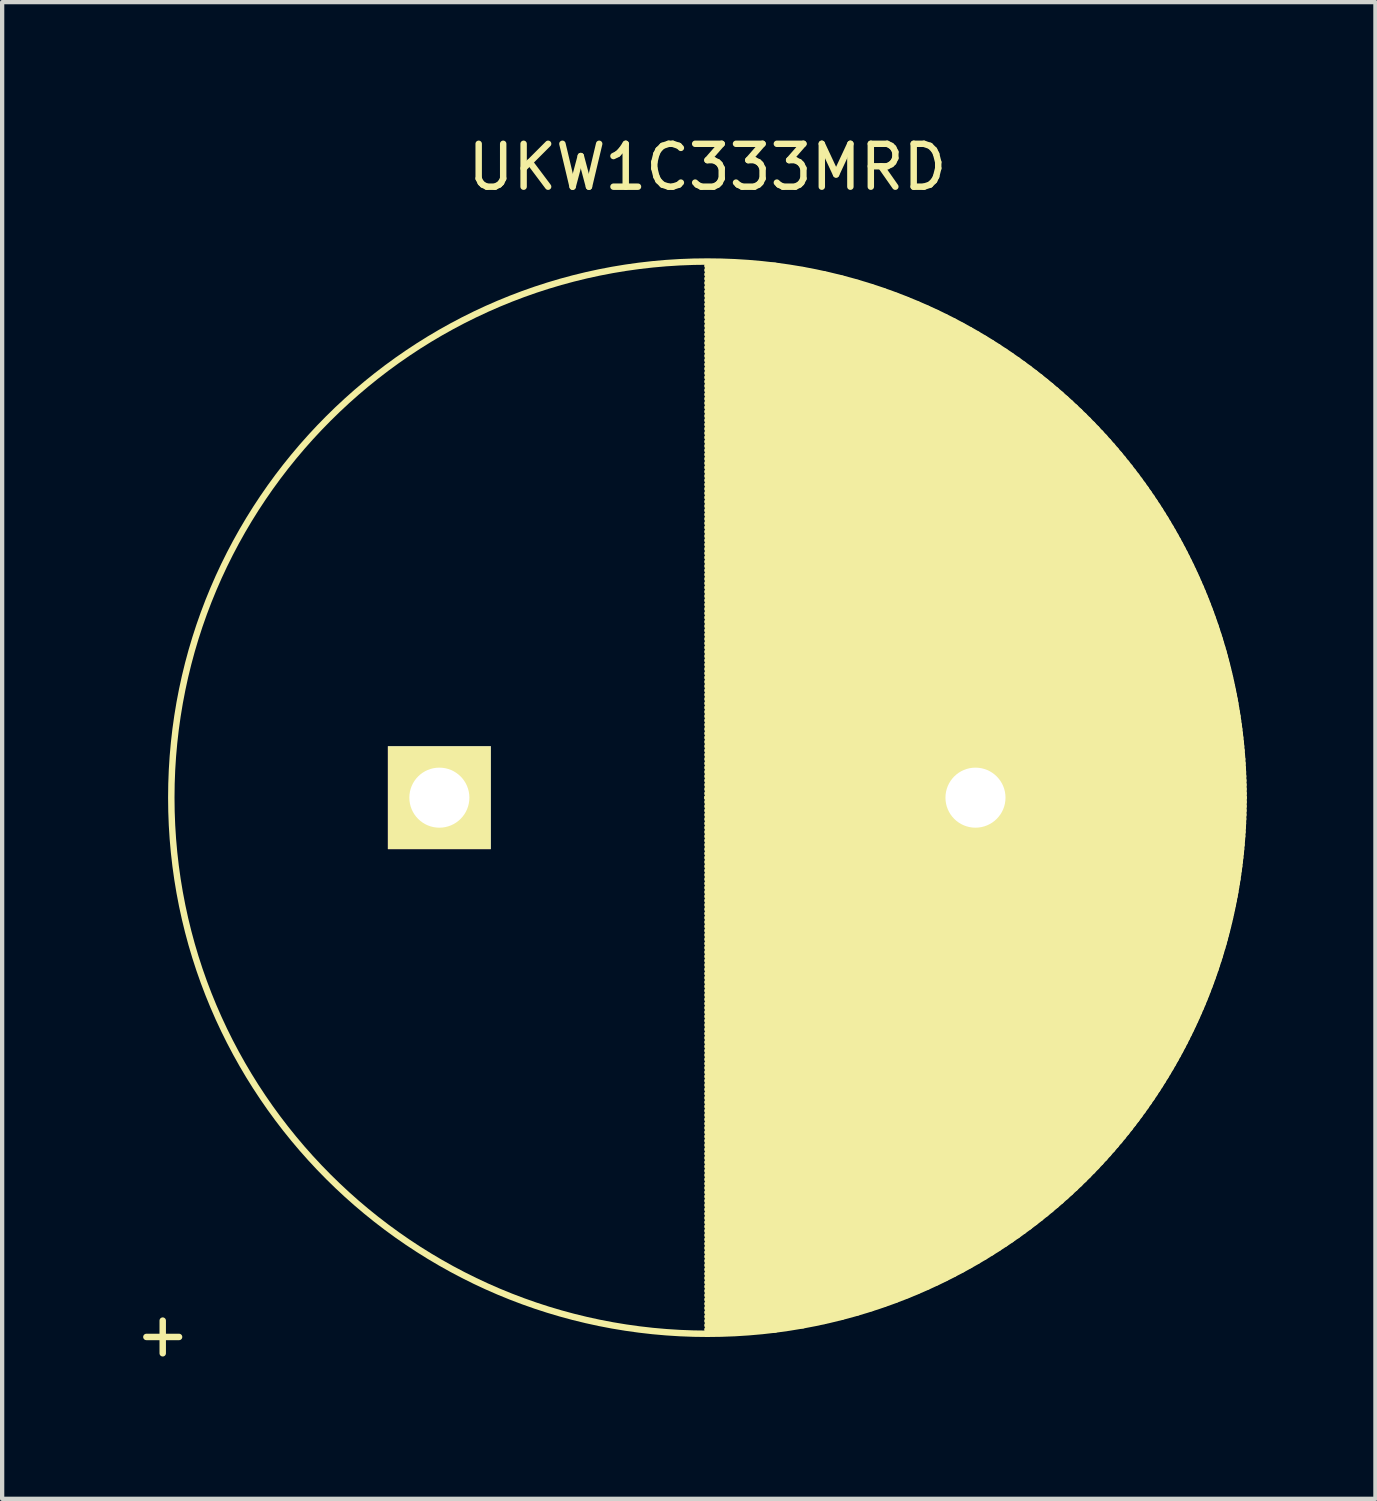
<source format=kicad_pcb>
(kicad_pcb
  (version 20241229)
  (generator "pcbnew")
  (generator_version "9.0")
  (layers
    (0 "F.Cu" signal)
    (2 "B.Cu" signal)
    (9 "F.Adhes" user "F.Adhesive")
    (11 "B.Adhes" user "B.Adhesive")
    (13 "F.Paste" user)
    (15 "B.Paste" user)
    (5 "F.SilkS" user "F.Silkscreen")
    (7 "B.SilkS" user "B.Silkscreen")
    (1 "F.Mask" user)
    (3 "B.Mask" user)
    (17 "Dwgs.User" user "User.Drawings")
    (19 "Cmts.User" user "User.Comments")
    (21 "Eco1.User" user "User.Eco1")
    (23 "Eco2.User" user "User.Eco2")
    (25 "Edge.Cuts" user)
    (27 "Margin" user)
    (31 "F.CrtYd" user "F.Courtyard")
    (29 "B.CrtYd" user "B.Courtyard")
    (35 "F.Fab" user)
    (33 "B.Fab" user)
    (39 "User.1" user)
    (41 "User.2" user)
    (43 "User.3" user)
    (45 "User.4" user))
  (footprint "UKW1C333MRD"
    (layer "F.Cu")
    (at 7.194 15.548)
    (property "Reference" "UKW1C333MRD" (at 6.25 -14.7 0) (layer "F.SilkS") (effects (font (size 1 1) (thickness 0.15))))
    (attr through_hole)
    (fp_line (start 6.25 -12.4) (end 7.828 -12.4) (stroke (width 0.15) (type solid)) (layer "F.SilkS"))
    (fp_line (start 6.25 -12.3) (end 8.477 -12.3) (stroke (width 0.15) (type solid)) (layer "F.SilkS"))
    (fp_line (start 6.25 -12.2) (end 8.972 -12.2) (stroke (width 0.15) (type solid)) (layer "F.SilkS"))
    (fp_line (start 6.25 -12.1) (end 9.387 -12.1) (stroke (width 0.15) (type solid)) (layer "F.SilkS"))
    (fp_line (start 6.25 -12) (end 9.75 -12) (stroke (width 0.15) (type solid)) (layer "F.SilkS"))
    (fp_line (start 6.25 -11.9) (end 10.076 -11.9) (stroke (width 0.15) (type solid)) (layer "F.SilkS"))
    (fp_line (start 6.25 -11.8) (end 10.374 -11.8) (stroke (width 0.15) (type solid)) (layer "F.SilkS"))
    (fp_line (start 6.25 -11.7) (end 10.65 -11.7) (stroke (width 0.15) (type solid)) (layer "F.SilkS"))
    (fp_line (start 6.25 -11.6) (end 10.907 -11.6) (stroke (width 0.15) (type solid)) (layer "F.SilkS"))
    (fp_line (start 6.25 -11.5) (end 11.149 -11.5) (stroke (width 0.15) (type solid)) (layer "F.SilkS"))
    (fp_line (start 6.25 -11.4) (end 11.377 -11.4) (stroke (width 0.15) (type solid)) (layer "F.SilkS"))
    (fp_line (start 6.25 -11.3) (end 11.594 -11.3) (stroke (width 0.15) (type solid)) (layer "F.SilkS"))
    (fp_line (start 6.25 -11.2) (end 11.801 -11.2) (stroke (width 0.15) (type solid)) (layer "F.SilkS"))
    (fp_line (start 6.25 -11.1) (end 11.998 -11.1) (stroke (width 0.15) (type solid)) (layer "F.SilkS"))
    (fp_line (start 6.25 -11) (end 12.187 -11) (stroke (width 0.15) (type solid)) (layer "F.SilkS"))
    (fp_line (start 6.25 -10.9) (end 12.369 -10.9) (stroke (width 0.15) (type solid)) (layer "F.SilkS"))
    (fp_line (start 6.25 -10.8) (end 12.544 -10.8) (stroke (width 0.15) (type solid)) (layer "F.SilkS"))
    (fp_line (start 6.25 -10.7) (end 12.712 -10.7) (stroke (width 0.15) (type solid)) (layer "F.SilkS"))
    (fp_line (start 6.25 -10.6) (end 12.875 -10.6) (stroke (width 0.15) (type solid)) (layer "F.SilkS"))
    (fp_line (start 6.25 -10.5) (end 13.032 -10.5) (stroke (width 0.15) (type solid)) (layer "F.SilkS"))
    (fp_line (start 6.25 -10.4) (end 13.185 -10.4) (stroke (width 0.15) (type solid)) (layer "F.SilkS"))
    (fp_line (start 6.25 -10.3) (end 13.332 -10.3) (stroke (width 0.15) (type solid)) (layer "F.SilkS"))
    (fp_line (start 6.25 -10.2) (end 13.476 -10.2) (stroke (width 0.15) (type solid)) (layer "F.SilkS"))
    (fp_line (start 6.25 -10.1) (end 13.615 -10.1) (stroke (width 0.15) (type solid)) (layer "F.SilkS"))
    (fp_line (start 6.25 -10) (end 13.75 -10) (stroke (width 0.15) (type solid)) (layer "F.SilkS"))
    (fp_line (start 6.25 -9.9) (end 13.882 -9.9) (stroke (width 0.15) (type solid)) (layer "F.SilkS"))
    (fp_line (start 6.25 -9.8) (end 14.01 -9.8) (stroke (width 0.15) (type solid)) (layer "F.SilkS"))
    (fp_line (start 6.25 -9.7) (end 14.134 -9.7) (stroke (width 0.15) (type solid)) (layer "F.SilkS"))
    (fp_line (start 6.25 -9.6) (end 14.256 -9.6) (stroke (width 0.15) (type solid)) (layer "F.SilkS"))
    (fp_line (start 6.25 -9.5) (end 14.374 -9.5) (stroke (width 0.15) (type solid)) (layer "F.SilkS"))
    (fp_line (start 6.25 -9.4) (end 14.49 -9.4) (stroke (width 0.15) (type solid)) (layer "F.SilkS"))
    (fp_line (start 6.25 -9.3) (end 14.602 -9.3) (stroke (width 0.15) (type solid)) (layer "F.SilkS"))
    (fp_line (start 6.25 -9.2) (end 14.712 -9.2) (stroke (width 0.15) (type solid)) (layer "F.SilkS"))
    (fp_line (start 6.25 -9.1) (end 14.82 -9.1) (stroke (width 0.15) (type solid)) (layer "F.SilkS"))
    (fp_line (start 6.25 -9) (end 14.925 -9) (stroke (width 0.15) (type solid)) (layer "F.SilkS"))
    (fp_line (start 6.25 -8.9) (end 15.027 -8.9) (stroke (width 0.15) (type solid)) (layer "F.SilkS"))
    (fp_line (start 6.25 -8.8) (end 15.127 -8.8) (stroke (width 0.15) (type solid)) (layer "F.SilkS"))
    (fp_line (start 6.25 -8.7) (end 15.226 -8.7) (stroke (width 0.15) (type solid)) (layer "F.SilkS"))
    (fp_line (start 6.25 -8.6) (end 15.321 -8.6) (stroke (width 0.15) (type solid)) (layer "F.SilkS"))
    (fp_line (start 6.25 -8.5) (end 15.415 -8.5) (stroke (width 0.15) (type solid)) (layer "F.SilkS"))
    (fp_line (start 6.25 -8.4) (end 15.507 -8.4) (stroke (width 0.15) (type solid)) (layer "F.SilkS"))
    (fp_line (start 6.25 -8.3) (end 15.597 -8.3) (stroke (width 0.15) (type solid)) (layer "F.SilkS"))
    (fp_line (start 6.25 -8.2) (end 15.685 -8.2) (stroke (width 0.15) (type solid)) (layer "F.SilkS"))
    (fp_line (start 6.25 -8.1) (end 15.771 -8.1) (stroke (width 0.15) (type solid)) (layer "F.SilkS"))
    (fp_line (start 6.25 -8) (end 15.855 -8) (stroke (width 0.15) (type solid)) (layer "F.SilkS"))
    (fp_line (start 6.25 -7.9) (end 15.937 -7.9) (stroke (width 0.15) (type solid)) (layer "F.SilkS"))
    (fp_line (start 6.25 -7.8) (end 16.018 -7.8) (stroke (width 0.15) (type solid)) (layer "F.SilkS"))
    (fp_line (start 6.25 -7.7) (end 16.097 -7.7) (stroke (width 0.15) (type solid)) (layer "F.SilkS"))
    (fp_line (start 6.25 -7.6) (end 16.174 -7.6) (stroke (width 0.15) (type solid)) (layer "F.SilkS"))
    (fp_line (start 6.25 -7.5) (end 16.25 -7.5) (stroke (width 0.15) (type solid)) (layer "F.SilkS"))
    (fp_line (start 6.25 -7.4) (end 16.324 -7.4) (stroke (width 0.15) (type solid)) (layer "F.SilkS"))
    (fp_line (start 6.25 -7.3) (end 16.397 -7.3) (stroke (width 0.15) (type solid)) (layer "F.SilkS"))
    (fp_line (start 6.25 -7.2) (end 16.468 -7.2) (stroke (width 0.15) (type solid)) (layer "F.SilkS"))
    (fp_line (start 6.25 -7.1) (end 16.538 -7.1) (stroke (width 0.15) (type solid)) (layer "F.SilkS"))
    (fp_line (start 6.25 -7) (end 16.606 -7) (stroke (width 0.15) (type solid)) (layer "F.SilkS"))
    (fp_line (start 6.25 -6.9) (end 16.673 -6.9) (stroke (width 0.15) (type solid)) (layer "F.SilkS"))
    (fp_line (start 6.25 -6.8) (end 16.739 -6.8) (stroke (width 0.15) (type solid)) (layer "F.SilkS"))
    (fp_line (start 6.25 -6.7) (end 16.803 -6.7) (stroke (width 0.15) (type solid)) (layer "F.SilkS"))
    (fp_line (start 6.25 -6.6) (end 16.866 -6.6) (stroke (width 0.15) (type solid)) (layer "F.SilkS"))
    (fp_line (start 6.25 -6.5) (end 16.927 -6.5) (stroke (width 0.15) (type solid)) (layer "F.SilkS"))
    (fp_line (start 6.25 -6.4) (end 16.987 -6.4) (stroke (width 0.15) (type solid)) (layer "F.SilkS"))
    (fp_line (start 6.25 -6.3) (end 17.046 -6.3) (stroke (width 0.15) (type solid)) (layer "F.SilkS"))
    (fp_line (start 6.25 -6.2) (end 17.104 -6.2) (stroke (width 0.15) (type solid)) (layer "F.SilkS"))
    (fp_line (start 6.25 -6.1) (end 17.161 -6.1) (stroke (width 0.15) (type solid)) (layer "F.SilkS"))
    (fp_line (start 6.25 -6) (end 17.216 -6) (stroke (width 0.15) (type solid)) (layer "F.SilkS"))
    (fp_line (start 6.25 -5.9) (end 17.27 -5.9) (stroke (width 0.15) (type solid)) (layer "F.SilkS"))
    (fp_line (start 6.25 -5.8) (end 17.323 -5.8) (stroke (width 0.15) (type solid)) (layer "F.SilkS"))
    (fp_line (start 6.25 -5.7) (end 17.375 -5.7) (stroke (width 0.15) (type solid)) (layer "F.SilkS"))
    (fp_line (start 6.25 -5.6) (end 17.425 -5.6) (stroke (width 0.15) (type solid)) (layer "F.SilkS"))
    (fp_line (start 6.25 -5.5) (end 17.475 -5.5) (stroke (width 0.15) (type solid)) (layer "F.SilkS"))
    (fp_line (start 6.25 -5.4) (end 17.523 -5.4) (stroke (width 0.15) (type solid)) (layer "F.SilkS"))
    (fp_line (start 6.25 -5.3) (end 17.571 -5.3) (stroke (width 0.15) (type solid)) (layer "F.SilkS"))
    (fp_line (start 6.25 -5.2) (end 17.617 -5.2) (stroke (width 0.15) (type solid)) (layer "F.SilkS"))
    (fp_line (start 6.25 -5.1) (end 17.662 -5.1) (stroke (width 0.15) (type solid)) (layer "F.SilkS"))
    (fp_line (start 6.25 -5) (end 17.706 -5) (stroke (width 0.15) (type solid)) (layer "F.SilkS"))
    (fp_line (start 6.25 -4.9) (end 17.75 -4.9) (stroke (width 0.15) (type solid)) (layer "F.SilkS"))
    (fp_line (start 6.25 -4.8) (end 17.792 -4.8) (stroke (width 0.15) (type solid)) (layer "F.SilkS"))
    (fp_line (start 6.25 -4.7) (end 17.833 -4.7) (stroke (width 0.15) (type solid)) (layer "F.SilkS"))
    (fp_line (start 6.25 -4.6) (end 17.873 -4.6) (stroke (width 0.15) (type solid)) (layer "F.SilkS"))
    (fp_line (start 6.25 -4.5) (end 17.912 -4.5) (stroke (width 0.15) (type solid)) (layer "F.SilkS"))
    (fp_line (start 6.25 -4.4) (end 17.95 -4.4) (stroke (width 0.15) (type solid)) (layer "F.SilkS"))
    (fp_line (start 6.25 -4.3) (end 17.987 -4.3) (stroke (width 0.15) (type solid)) (layer "F.SilkS"))
    (fp_line (start 6.25 -4.2) (end 18.023 -4.2) (stroke (width 0.15) (type solid)) (layer "F.SilkS"))
    (fp_line (start 6.25 -4.1) (end 18.058 -4.1) (stroke (width 0.15) (type solid)) (layer "F.SilkS"))
    (fp_line (start 6.25 -4) (end 18.093 -4) (stroke (width 0.15) (type solid)) (layer "F.SilkS"))
    (fp_line (start 6.25 -3.9) (end 18.126 -3.9) (stroke (width 0.15) (type solid)) (layer "F.SilkS"))
    (fp_line (start 6.25 -3.8) (end 18.158 -3.8) (stroke (width 0.15) (type solid)) (layer "F.SilkS"))
    (fp_line (start 6.25 -3.7) (end 18.19 -3.7) (stroke (width 0.15) (type solid)) (layer "F.SilkS"))
    (fp_line (start 6.25 -3.6) (end 18.22 -3.6) (stroke (width 0.15) (type solid)) (layer "F.SilkS"))
    (fp_line (start 6.25 -3.5) (end 18.25 -3.5) (stroke (width 0.15) (type solid)) (layer "F.SilkS"))
    (fp_line (start 6.25 -3.4) (end 18.279 -3.4) (stroke (width 0.15) (type solid)) (layer "F.SilkS"))
    (fp_line (start 6.25 -3.3) (end 18.307 -3.3) (stroke (width 0.15) (type solid)) (layer "F.SilkS"))
    (fp_line (start 6.25 -3.2) (end 18.333 -3.2) (stroke (width 0.15) (type solid)) (layer "F.SilkS"))
    (fp_line (start 6.25 -3.1) (end 18.36 -3.1) (stroke (width 0.15) (type solid)) (layer "F.SilkS"))
    (fp_line (start 6.25 -3) (end 18.385 -3) (stroke (width 0.15) (type solid)) (layer "F.SilkS"))
    (fp_line (start 6.25 -2.9) (end 18.409 -2.9) (stroke (width 0.15) (type solid)) (layer "F.SilkS"))
    (fp_line (start 6.25 -2.8) (end 18.432 -2.8) (stroke (width 0.15) (type solid)) (layer "F.SilkS"))
    (fp_line (start 6.25 -2.7) (end 18.455 -2.7) (stroke (width 0.15) (type solid)) (layer "F.SilkS"))
    (fp_line (start 6.25 -2.6) (end 18.477 -2.6) (stroke (width 0.15) (type solid)) (layer "F.SilkS"))
    (fp_line (start 6.25 -2.5) (end 18.497 -2.5) (stroke (width 0.15) (type solid)) (layer "F.SilkS"))
    (fp_line (start 6.25 -2.4) (end 18.517 -2.4) (stroke (width 0.15) (type solid)) (layer "F.SilkS"))
    (fp_line (start 6.25 -2.3) (end 18.537 -2.3) (stroke (width 0.15) (type solid)) (layer "F.SilkS"))
    (fp_line (start 6.25 -2.2) (end 18.555 -2.2) (stroke (width 0.15) (type solid)) (layer "F.SilkS"))
    (fp_line (start 6.25 -2.1) (end 18.572 -2.1) (stroke (width 0.15) (type solid)) (layer "F.SilkS"))
    (fp_line (start 6.25 -2) (end 18.589 -2) (stroke (width 0.15) (type solid)) (layer "F.SilkS"))
    (fp_line (start 6.25 -1.9) (end 18.605 -1.9) (stroke (width 0.15) (type solid)) (layer "F.SilkS"))
    (fp_line (start 6.25 -1.8) (end 18.62 -1.8) (stroke (width 0.15) (type solid)) (layer "F.SilkS"))
    (fp_line (start 6.25 -1.7) (end 18.634 -1.7) (stroke (width 0.15) (type solid)) (layer "F.SilkS"))
    (fp_line (start 6.25 -1.6) (end 18.647 -1.6) (stroke (width 0.15) (type solid)) (layer "F.SilkS"))
    (fp_line (start 6.25 -1.5) (end 18.66 -1.5) (stroke (width 0.15) (type solid)) (layer "F.SilkS"))
    (fp_line (start 6.25 -1.4) (end 18.671 -1.4) (stroke (width 0.15) (type solid)) (layer "F.SilkS"))
    (fp_line (start 6.25 -1.3) (end 18.682 -1.3) (stroke (width 0.15) (type solid)) (layer "F.SilkS"))
    (fp_line (start 6.25 -1.2) (end 18.692 -1.2) (stroke (width 0.15) (type solid)) (layer "F.SilkS"))
    (fp_line (start 6.25 -1.1) (end 18.702 -1.1) (stroke (width 0.15) (type solid)) (layer "F.SilkS"))
    (fp_line (start 6.25 -1) (end 18.71 -1) (stroke (width 0.15) (type solid)) (layer "F.SilkS"))
    (fp_line (start 6.25 -0.9) (end 18.718 -0.9) (stroke (width 0.15) (type solid)) (layer "F.SilkS"))
    (fp_line (start 6.25 -0.8) (end 18.724 -0.8) (stroke (width 0.15) (type solid)) (layer "F.SilkS"))
    (fp_line (start 6.25 -0.7) (end 18.73 -0.7) (stroke (width 0.15) (type solid)) (layer "F.SilkS"))
    (fp_line (start 6.25 -0.6) (end 18.736 -0.6) (stroke (width 0.15) (type solid)) (layer "F.SilkS"))
    (fp_line (start 6.25 -0.5) (end 18.74 -0.5) (stroke (width 0.15) (type solid)) (layer "F.SilkS"))
    (fp_line (start 6.25 -0.4) (end 18.744 -0.4) (stroke (width 0.15) (type solid)) (layer "F.SilkS"))
    (fp_line (start 6.25 -0.3) (end 18.746 -0.3) (stroke (width 0.15) (type solid)) (layer "F.SilkS"))
    (fp_line (start 6.25 -0.2) (end 18.748 -0.2) (stroke (width 0.15) (type solid)) (layer "F.SilkS"))
    (fp_line (start 6.25 -0.1) (end 18.75 -0.1) (stroke (width 0.15) (type solid)) (layer "F.SilkS"))
    (fp_line (start 6.25 0) (end 18.75 0) (stroke (width 0.15) (type solid)) (layer "F.SilkS"))
    (fp_line (start 6.25 0) (end 18.75 0) (stroke (width 0.15) (type solid)) (layer "F.SilkS"))
    (fp_line (start 6.25 0.1) (end 18.75 0.1) (stroke (width 0.15) (type solid)) (layer "F.SilkS"))
    (fp_line (start 6.25 0.2) (end 18.748 0.2) (stroke (width 0.15) (type solid)) (layer "F.SilkS"))
    (fp_line (start 6.25 0.3) (end 18.746 0.3) (stroke (width 0.15) (type solid)) (layer "F.SilkS"))
    (fp_line (start 6.25 0.4) (end 18.744 0.4) (stroke (width 0.15) (type solid)) (layer "F.SilkS"))
    (fp_line (start 6.25 0.5) (end 18.74 0.5) (stroke (width 0.15) (type solid)) (layer "F.SilkS"))
    (fp_line (start 6.25 0.6) (end 18.736 0.6) (stroke (width 0.15) (type solid)) (layer "F.SilkS"))
    (fp_line (start 6.25 0.7) (end 18.73 0.7) (stroke (width 0.15) (type solid)) (layer "F.SilkS"))
    (fp_line (start 6.25 0.8) (end 18.724 0.8) (stroke (width 0.15) (type solid)) (layer "F.SilkS"))
    (fp_line (start 6.25 0.9) (end 18.718 0.9) (stroke (width 0.15) (type solid)) (layer "F.SilkS"))
    (fp_line (start 6.25 1) (end 18.71 1) (stroke (width 0.15) (type solid)) (layer "F.SilkS"))
    (fp_line (start 6.25 1.1) (end 18.702 1.1) (stroke (width 0.15) (type solid)) (layer "F.SilkS"))
    (fp_line (start 6.25 1.2) (end 18.692 1.2) (stroke (width 0.15) (type solid)) (layer "F.SilkS"))
    (fp_line (start 6.25 1.3) (end 18.682 1.3) (stroke (width 0.15) (type solid)) (layer "F.SilkS"))
    (fp_line (start 6.25 1.4) (end 18.671 1.4) (stroke (width 0.15) (type solid)) (layer "F.SilkS"))
    (fp_line (start 6.25 1.5) (end 18.66 1.5) (stroke (width 0.15) (type solid)) (layer "F.SilkS"))
    (fp_line (start 6.25 1.6) (end 18.647 1.6) (stroke (width 0.15) (type solid)) (layer "F.SilkS"))
    (fp_line (start 6.25 1.7) (end 18.634 1.7) (stroke (width 0.15) (type solid)) (layer "F.SilkS"))
    (fp_line (start 6.25 1.8) (end 18.62 1.8) (stroke (width 0.15) (type solid)) (layer "F.SilkS"))
    (fp_line (start 6.25 1.9) (end 18.605 1.9) (stroke (width 0.15) (type solid)) (layer "F.SilkS"))
    (fp_line (start 6.25 2) (end 18.589 2) (stroke (width 0.15) (type solid)) (layer "F.SilkS"))
    (fp_line (start 6.25 2.1) (end 18.572 2.1) (stroke (width 0.15) (type solid)) (layer "F.SilkS"))
    (fp_line (start 6.25 2.2) (end 18.555 2.2) (stroke (width 0.15) (type solid)) (layer "F.SilkS"))
    (fp_line (start 6.25 2.3) (end 18.537 2.3) (stroke (width 0.15) (type solid)) (layer "F.SilkS"))
    (fp_line (start 6.25 2.4) (end 18.517 2.4) (stroke (width 0.15) (type solid)) (layer "F.SilkS"))
    (fp_line (start 6.25 2.5) (end 18.497 2.5) (stroke (width 0.15) (type solid)) (layer "F.SilkS"))
    (fp_line (start 6.25 2.6) (end 18.477 2.6) (stroke (width 0.15) (type solid)) (layer "F.SilkS"))
    (fp_line (start 6.25 2.7) (end 18.455 2.7) (stroke (width 0.15) (type solid)) (layer "F.SilkS"))
    (fp_line (start 6.25 2.8) (end 18.432 2.8) (stroke (width 0.15) (type solid)) (layer "F.SilkS"))
    (fp_line (start 6.25 2.9) (end 18.409 2.9) (stroke (width 0.15) (type solid)) (layer "F.SilkS"))
    (fp_line (start 6.25 3) (end 18.385 3) (stroke (width 0.15) (type solid)) (layer "F.SilkS"))
    (fp_line (start 6.25 3.1) (end 18.36 3.1) (stroke (width 0.15) (type solid)) (layer "F.SilkS"))
    (fp_line (start 6.25 3.2) (end 18.333 3.2) (stroke (width 0.15) (type solid)) (layer "F.SilkS"))
    (fp_line (start 6.25 3.3) (end 18.307 3.3) (stroke (width 0.15) (type solid)) (layer "F.SilkS"))
    (fp_line (start 6.25 3.4) (end 18.279 3.4) (stroke (width 0.15) (type solid)) (layer "F.SilkS"))
    (fp_line (start 6.25 3.5) (end 18.25 3.5) (stroke (width 0.15) (type solid)) (layer "F.SilkS"))
    (fp_line (start 6.25 3.6) (end 18.22 3.6) (stroke (width 0.15) (type solid)) (layer "F.SilkS"))
    (fp_line (start 6.25 3.7) (end 18.19 3.7) (stroke (width 0.15) (type solid)) (layer "F.SilkS"))
    (fp_line (start 6.25 3.8) (end 18.158 3.8) (stroke (width 0.15) (type solid)) (layer "F.SilkS"))
    (fp_line (start 6.25 3.9) (end 18.126 3.9) (stroke (width 0.15) (type solid)) (layer "F.SilkS"))
    (fp_line (start 6.25 4) (end 18.093 4) (stroke (width 0.15) (type solid)) (layer "F.SilkS"))
    (fp_line (start 6.25 4.1) (end 18.058 4.1) (stroke (width 0.15) (type solid)) (layer "F.SilkS"))
    (fp_line (start 6.25 4.2) (end 18.023 4.2) (stroke (width 0.15) (type solid)) (layer "F.SilkS"))
    (fp_line (start 6.25 4.3) (end 17.987 4.3) (stroke (width 0.15) (type solid)) (layer "F.SilkS"))
    (fp_line (start 6.25 4.4) (end 17.95 4.4) (stroke (width 0.15) (type solid)) (layer "F.SilkS"))
    (fp_line (start 6.25 4.5) (end 17.912 4.5) (stroke (width 0.15) (type solid)) (layer "F.SilkS"))
    (fp_line (start 6.25 4.6) (end 17.873 4.6) (stroke (width 0.15) (type solid)) (layer "F.SilkS"))
    (fp_line (start 6.25 4.7) (end 17.833 4.7) (stroke (width 0.15) (type solid)) (layer "F.SilkS"))
    (fp_line (start 6.25 4.8) (end 17.792 4.8) (stroke (width 0.15) (type solid)) (layer "F.SilkS"))
    (fp_line (start 6.25 4.9) (end 17.75 4.9) (stroke (width 0.15) (type solid)) (layer "F.SilkS"))
    (fp_line (start 6.25 5) (end 17.706 5) (stroke (width 0.15) (type solid)) (layer "F.SilkS"))
    (fp_line (start 6.25 5.1) (end 17.662 5.1) (stroke (width 0.15) (type solid)) (layer "F.SilkS"))
    (fp_line (start 6.25 5.2) (end 17.617 5.2) (stroke (width 0.15) (type solid)) (layer "F.SilkS"))
    (fp_line (start 6.25 5.3) (end 17.571 5.3) (stroke (width 0.15) (type solid)) (layer "F.SilkS"))
    (fp_line (start 6.25 5.4) (end 17.523 5.4) (stroke (width 0.15) (type solid)) (layer "F.SilkS"))
    (fp_line (start 6.25 5.5) (end 17.475 5.5) (stroke (width 0.15) (type solid)) (layer "F.SilkS"))
    (fp_line (start 6.25 5.6) (end 17.425 5.6) (stroke (width 0.15) (type solid)) (layer "F.SilkS"))
    (fp_line (start 6.25 5.7) (end 17.375 5.7) (stroke (width 0.15) (type solid)) (layer "F.SilkS"))
    (fp_line (start 6.25 5.8) (end 17.323 5.8) (stroke (width 0.15) (type solid)) (layer "F.SilkS"))
    (fp_line (start 6.25 5.9) (end 17.27 5.9) (stroke (width 0.15) (type solid)) (layer "F.SilkS"))
    (fp_line (start 6.25 6) (end 17.216 6) (stroke (width 0.15) (type solid)) (layer "F.SilkS"))
    (fp_line (start 6.25 6.1) (end 17.161 6.1) (stroke (width 0.15) (type solid)) (layer "F.SilkS"))
    (fp_line (start 6.25 6.2) (end 17.104 6.2) (stroke (width 0.15) (type solid)) (layer "F.SilkS"))
    (fp_line (start 6.25 6.3) (end 17.046 6.3) (stroke (width 0.15) (type solid)) (layer "F.SilkS"))
    (fp_line (start 6.25 6.4) (end 16.987 6.4) (stroke (width 0.15) (type solid)) (layer "F.SilkS"))
    (fp_line (start 6.25 6.5) (end 16.927 6.5) (stroke (width 0.15) (type solid)) (layer "F.SilkS"))
    (fp_line (start 6.25 6.6) (end 16.866 6.6) (stroke (width 0.15) (type solid)) (layer "F.SilkS"))
    (fp_line (start 6.25 6.7) (end 16.803 6.7) (stroke (width 0.15) (type solid)) (layer "F.SilkS"))
    (fp_line (start 6.25 6.8) (end 16.739 6.8) (stroke (width 0.15) (type solid)) (layer "F.SilkS"))
    (fp_line (start 6.25 6.9) (end 16.673 6.9) (stroke (width 0.15) (type solid)) (layer "F.SilkS"))
    (fp_line (start 6.25 7) (end 16.606 7) (stroke (width 0.15) (type solid)) (layer "F.SilkS"))
    (fp_line (start 6.25 7.1) (end 16.538 7.1) (stroke (width 0.15) (type solid)) (layer "F.SilkS"))
    (fp_line (start 6.25 7.2) (end 16.468 7.2) (stroke (width 0.15) (type solid)) (layer "F.SilkS"))
    (fp_line (start 6.25 7.3) (end 16.397 7.3) (stroke (width 0.15) (type solid)) (layer "F.SilkS"))
    (fp_line (start 6.25 7.4) (end 16.324 7.4) (stroke (width 0.15) (type solid)) (layer "F.SilkS"))
    (fp_line (start 6.25 7.5) (end 16.25 7.5) (stroke (width 0.15) (type solid)) (layer "F.SilkS"))
    (fp_line (start 6.25 7.6) (end 16.174 7.6) (stroke (width 0.15) (type solid)) (layer "F.SilkS"))
    (fp_line (start 6.25 7.7) (end 16.097 7.7) (stroke (width 0.15) (type solid)) (layer "F.SilkS"))
    (fp_line (start 6.25 7.8) (end 16.018 7.8) (stroke (width 0.15) (type solid)) (layer "F.SilkS"))
    (fp_line (start 6.25 7.9) (end 15.937 7.9) (stroke (width 0.15) (type solid)) (layer "F.SilkS"))
    (fp_line (start 6.25 8) (end 15.855 8) (stroke (width 0.15) (type solid)) (layer "F.SilkS"))
    (fp_line (start 6.25 8.1) (end 15.771 8.1) (stroke (width 0.15) (type solid)) (layer "F.SilkS"))
    (fp_line (start 6.25 8.2) (end 15.685 8.2) (stroke (width 0.15) (type solid)) (layer "F.SilkS"))
    (fp_line (start 6.25 8.3) (end 15.597 8.3) (stroke (width 0.15) (type solid)) (layer "F.SilkS"))
    (fp_line (start 6.25 8.4) (end 15.507 8.4) (stroke (width 0.15) (type solid)) (layer "F.SilkS"))
    (fp_line (start 6.25 8.5) (end 15.415 8.5) (stroke (width 0.15) (type solid)) (layer "F.SilkS"))
    (fp_line (start 6.25 8.6) (end 15.321 8.6) (stroke (width 0.15) (type solid)) (layer "F.SilkS"))
    (fp_line (start 6.25 8.7) (end 15.226 8.7) (stroke (width 0.15) (type solid)) (layer "F.SilkS"))
    (fp_line (start 6.25 8.8) (end 15.127 8.8) (stroke (width 0.15) (type solid)) (layer "F.SilkS"))
    (fp_line (start 6.25 8.9) (end 15.027 8.9) (stroke (width 0.15) (type solid)) (layer "F.SilkS"))
    (fp_line (start 6.25 9) (end 14.925 9) (stroke (width 0.15) (type solid)) (layer "F.SilkS"))
    (fp_line (start 6.25 9.1) (end 14.82 9.1) (stroke (width 0.15) (type solid)) (layer "F.SilkS"))
    (fp_line (start 6.25 9.2) (end 14.712 9.2) (stroke (width 0.15) (type solid)) (layer "F.SilkS"))
    (fp_line (start 6.25 9.3) (end 14.602 9.3) (stroke (width 0.15) (type solid)) (layer "F.SilkS"))
    (fp_line (start 6.25 9.4) (end 14.49 9.4) (stroke (width 0.15) (type solid)) (layer "F.SilkS"))
    (fp_line (start 6.25 9.5) (end 14.374 9.5) (stroke (width 0.15) (type solid)) (layer "F.SilkS"))
    (fp_line (start 6.25 9.6) (end 14.256 9.6) (stroke (width 0.15) (type solid)) (layer "F.SilkS"))
    (fp_line (start 6.25 9.7) (end 14.134 9.7) (stroke (width 0.15) (type solid)) (layer "F.SilkS"))
    (fp_line (start 6.25 9.8) (end 14.01 9.8) (stroke (width 0.15) (type solid)) (layer "F.SilkS"))
    (fp_line (start 6.25 9.9) (end 13.882 9.9) (stroke (width 0.15) (type solid)) (layer "F.SilkS"))
    (fp_line (start 6.25 10) (end 13.75 10) (stroke (width 0.15) (type solid)) (layer "F.SilkS"))
    (fp_line (start 6.25 10.1) (end 13.615 10.1) (stroke (width 0.15) (type solid)) (layer "F.SilkS"))
    (fp_line (start 6.25 10.2) (end 13.476 10.2) (stroke (width 0.15) (type solid)) (layer "F.SilkS"))
    (fp_line (start 6.25 10.3) (end 13.332 10.3) (stroke (width 0.15) (type solid)) (layer "F.SilkS"))
    (fp_line (start 6.25 10.4) (end 13.185 10.4) (stroke (width 0.15) (type solid)) (layer "F.SilkS"))
    (fp_line (start 6.25 10.5) (end 13.032 10.5) (stroke (width 0.15) (type solid)) (layer "F.SilkS"))
    (fp_line (start 6.25 10.6) (end 12.875 10.6) (stroke (width 0.15) (type solid)) (layer "F.SilkS"))
    (fp_line (start 6.25 10.7) (end 12.712 10.7) (stroke (width 0.15) (type solid)) (layer "F.SilkS"))
    (fp_line (start 6.25 10.8) (end 12.544 10.8) (stroke (width 0.15) (type solid)) (layer "F.SilkS"))
    (fp_line (start 6.25 10.9) (end 12.369 10.9) (stroke (width 0.15) (type solid)) (layer "F.SilkS"))
    (fp_line (start 6.25 11) (end 12.187 11) (stroke (width 0.15) (type solid)) (layer "F.SilkS"))
    (fp_line (start 6.25 11.1) (end 11.998 11.1) (stroke (width 0.15) (type solid)) (layer "F.SilkS"))
    (fp_line (start 6.25 11.2) (end 11.801 11.2) (stroke (width 0.15) (type solid)) (layer "F.SilkS"))
    (fp_line (start 6.25 11.3) (end 11.594 11.3) (stroke (width 0.15) (type solid)) (layer "F.SilkS"))
    (fp_line (start 6.25 11.4) (end 11.377 11.4) (stroke (width 0.15) (type solid)) (layer "F.SilkS"))
    (fp_line (start 6.25 11.5) (end 11.149 11.5) (stroke (width 0.15) (type solid)) (layer "F.SilkS"))
    (fp_line (start 6.25 11.6) (end 10.907 11.6) (stroke (width 0.15) (type solid)) (layer "F.SilkS"))
    (fp_line (start 6.25 11.7) (end 10.65 11.7) (stroke (width 0.15) (type solid)) (layer "F.SilkS"))
    (fp_line (start 6.25 11.8) (end 10.374 11.8) (stroke (width 0.15) (type solid)) (layer "F.SilkS"))
    (fp_line (start 6.25 11.9) (end 10.076 11.9) (stroke (width 0.15) (type solid)) (layer "F.SilkS"))
    (fp_line (start 6.25 12) (end 9.75 12) (stroke (width 0.15) (type solid)) (layer "F.SilkS"))
    (fp_line (start 6.25 12.1) (end 9.387 12.1) (stroke (width 0.15) (type solid)) (layer "F.SilkS"))
    (fp_line (start 6.25 12.2) (end 8.972 12.2) (stroke (width 0.15) (type solid)) (layer "F.SilkS"))
    (fp_line (start 6.25 12.3) (end 8.477 12.3) (stroke (width 0.15) (type solid)) (layer "F.SilkS"))
    (fp_line (start 6.25 12.4) (end 7.828 12.4) (stroke (width 0.15) (type solid)) (layer "F.SilkS"))
    (fp_circle (center 6.25 0) (end 6.25 -12.5) (stroke (width 0.15) (type solid)) (fill no) (layer "F.SilkS"))
    (fp_text user "+" (at -6.45 12.5 0) (layer "F.SilkS") (effects (font (size 1 1) (thickness 0.15))))
    (pad "1" thru_hole rect (at 0 0) (size 2.4 2.4) (drill 1.4) (layers "*.Cu" "*.Mask" "F.SilkS"))
    (pad "2" thru_hole circle (at 12.5 0) (size 2.4 2.4) (drill 1.4) (layers "*.Cu" "*.Mask" "F.SilkS")))
  (gr_rect
    (start -3 -3)
    (end 29.019 31.896)
    (stroke (width 0.1) (type default))
    (fill no)
    (layer "Edge.Cuts")))
</source>
